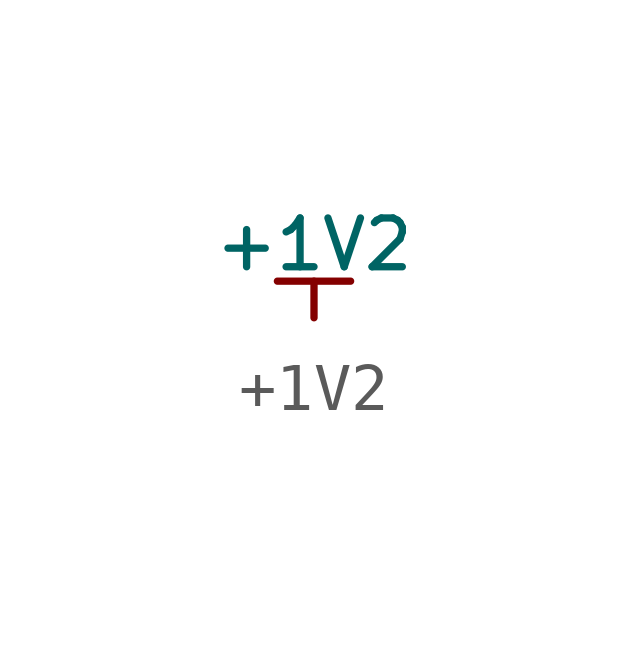
<source format=kicad_sym>
(kicad_symbol_lib
  (version 20211014)
  (generator kicad_symbol_editor)
  (symbol "+1V2"
    (power)
    (pin_numbers hide)
    (pin_names
      (offset 0) hide)
    (property "Reference" "#PWR"
      (at 0.254 0 0)
      (effects (font (size 0.508 0.508)) hide))
    (property "Value" "+1V2"
      (at 0 1.524 0)
      (effects (font (size 1.016 1.016))))
    (symbol "+1V2_0_1"
      (polyline (pts (xy -0.762 0.762) (xy 0.762 0.762)) (stroke (width 0) (type default) (color 0 0 0 0)) (fill (type none)))
      (polyline (pts (xy 0 0) (xy 0 0.762)) (stroke (width 0) (type default) (color 0 0 0 0)) (fill (type none))))
    (symbol "+1V2_1_1"
      (pin power_in line (at 0 0 90) (length 0) hide (name "+1V2" (effects (font (size 1.27 1.27)))) (number "1" (effects (font (size 1.27 1.27))))))))
</source>
